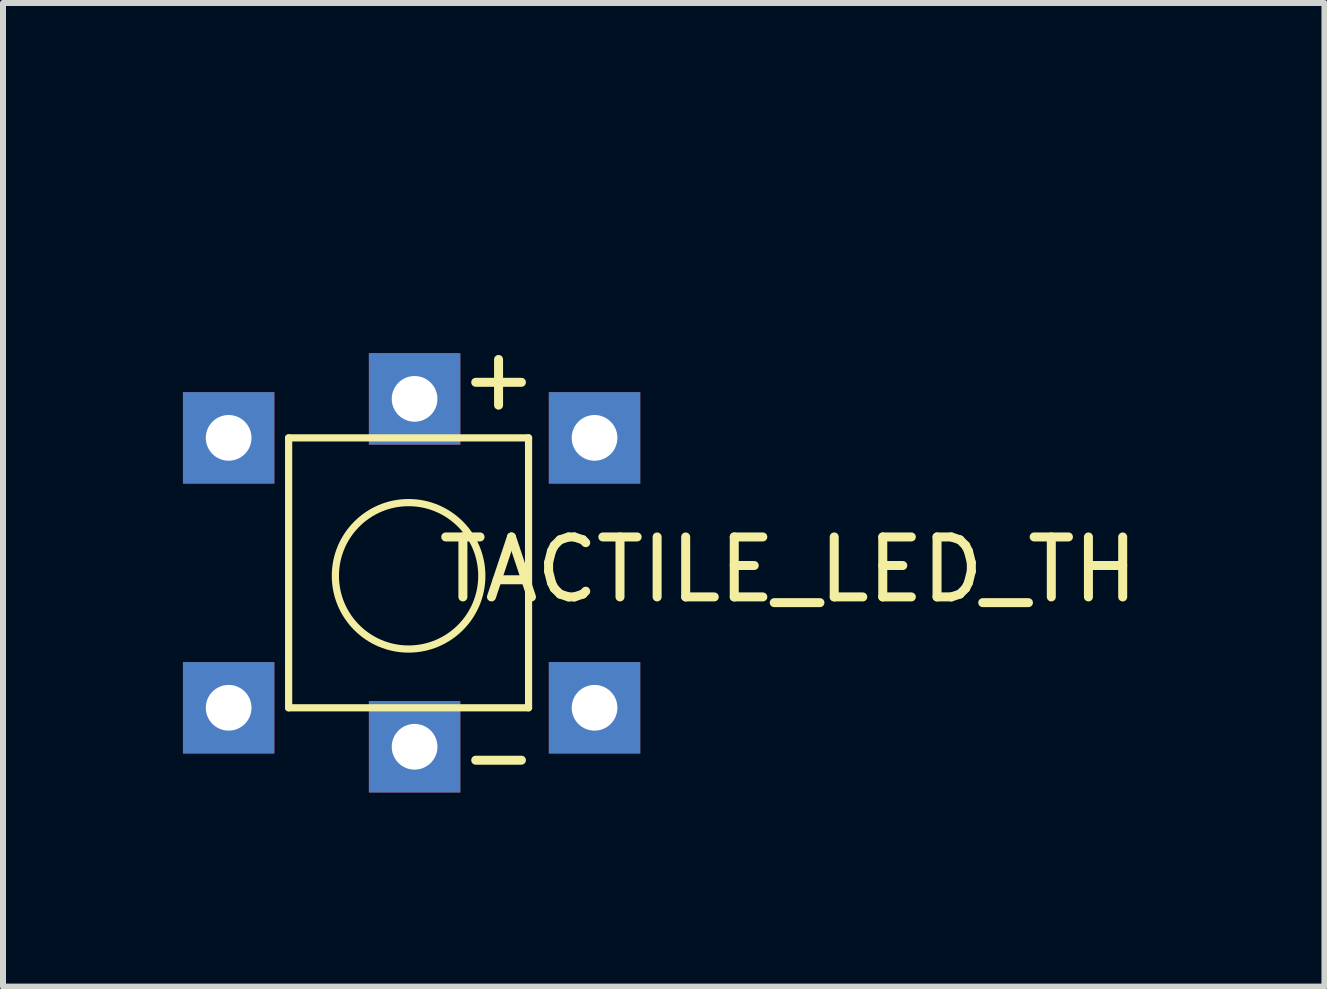
<source format=kicad_pcb>
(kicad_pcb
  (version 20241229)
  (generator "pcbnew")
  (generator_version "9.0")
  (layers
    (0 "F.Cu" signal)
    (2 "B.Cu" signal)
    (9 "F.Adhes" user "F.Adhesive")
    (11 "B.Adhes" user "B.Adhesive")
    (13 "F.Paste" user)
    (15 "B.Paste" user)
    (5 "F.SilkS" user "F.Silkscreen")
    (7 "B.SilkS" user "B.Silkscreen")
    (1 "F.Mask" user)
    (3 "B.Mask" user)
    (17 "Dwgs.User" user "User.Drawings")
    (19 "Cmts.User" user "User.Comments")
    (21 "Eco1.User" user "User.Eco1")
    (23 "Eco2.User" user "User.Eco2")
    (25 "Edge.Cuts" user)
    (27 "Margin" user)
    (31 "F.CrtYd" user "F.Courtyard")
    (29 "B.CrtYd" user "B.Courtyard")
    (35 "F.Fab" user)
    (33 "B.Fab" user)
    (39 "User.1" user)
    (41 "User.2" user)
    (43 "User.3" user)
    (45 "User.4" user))
  (footprint "TACTILE_LED_TH"
    (layer "F.Cu")
    (at 4.762 0.25)
    (property "Reference" "TACTILE_LED_TH" (at 5.334 6.197 0) (layer "F.SilkS") (effects (font (size 1 1) (thickness 0.15))))
    (attr through_hole)
    (fp_line (start -3 4) (end 1 4) (stroke (width 0.12) (type solid)) (layer "F.SilkS"))
    (fp_line (start -3 8.5) (end -3 4) (stroke (width 0.12) (type solid)) (layer "F.SilkS"))
    (fp_line (start 1 4) (end 1 8.5) (stroke (width 0.12) (type solid)) (layer "F.SilkS"))
    (fp_line (start 1 8.5) (end -3 8.5) (stroke (width 0.12) (type solid)) (layer "F.SilkS"))
    (fp_circle (center -1 6.3) (end -0.3 7.3) (stroke (width 0.12) (type solid)) (fill no) (layer "F.SilkS"))
    (fp_text user "+" (at 0.5 3 0) (layer "F.SilkS") (effects (font (size 1 1) (thickness 0.15))))
    (fp_text user "-" (at 0.5 9.3 0) (layer "F.SilkS") (effects (font (size 1 1) (thickness 0.15))))
    (pad "" thru_hole rect (at -4 4) (size 1.524 1.524) (drill 0.762) (layers "*.Cu" "*.Mask"))
    (pad "" thru_hole rect (at -4 8.5) (size 1.524 1.524) (drill 0.762) (layers "*.Cu" "*.Mask"))
    (pad "1" thru_hole rect (at 2.1 4) (size 1.524 1.524) (drill 0.762) (layers "*.Cu" "*.Mask"))
    (pad "2" thru_hole rect (at 2.1 8.5) (size 1.524 1.524) (drill 0.762) (layers "*.Cu" "*.Mask"))
    (pad "3" thru_hole rect (at -0.9 3.35) (size 1.524 1.524) (drill 0.762) (layers "*.Cu" "*.Mask"))
    (pad "4" thru_hole rect (at -0.9 9.15) (size 1.524 1.524) (drill 0.762) (layers "*.Cu" "*.Mask")))
  (gr_rect
    (start -3 -3)
    (end 19.031 13.398)
    (stroke (width 0.1) (type default))
    (fill no)
    (layer "Edge.Cuts")))
</source>
